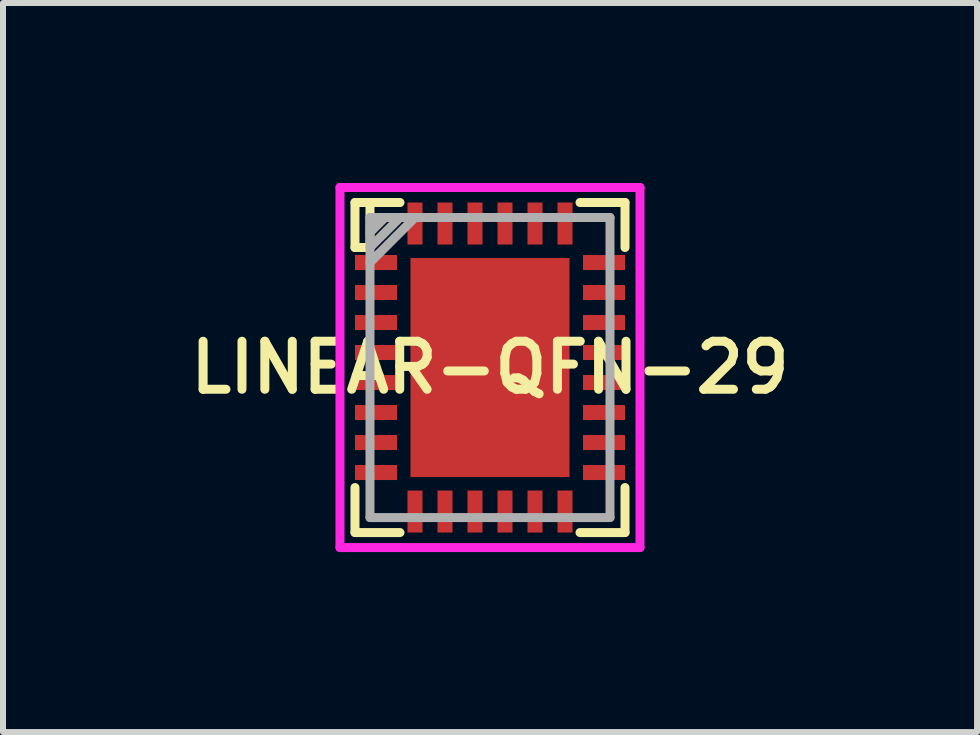
<source format=kicad_pcb>
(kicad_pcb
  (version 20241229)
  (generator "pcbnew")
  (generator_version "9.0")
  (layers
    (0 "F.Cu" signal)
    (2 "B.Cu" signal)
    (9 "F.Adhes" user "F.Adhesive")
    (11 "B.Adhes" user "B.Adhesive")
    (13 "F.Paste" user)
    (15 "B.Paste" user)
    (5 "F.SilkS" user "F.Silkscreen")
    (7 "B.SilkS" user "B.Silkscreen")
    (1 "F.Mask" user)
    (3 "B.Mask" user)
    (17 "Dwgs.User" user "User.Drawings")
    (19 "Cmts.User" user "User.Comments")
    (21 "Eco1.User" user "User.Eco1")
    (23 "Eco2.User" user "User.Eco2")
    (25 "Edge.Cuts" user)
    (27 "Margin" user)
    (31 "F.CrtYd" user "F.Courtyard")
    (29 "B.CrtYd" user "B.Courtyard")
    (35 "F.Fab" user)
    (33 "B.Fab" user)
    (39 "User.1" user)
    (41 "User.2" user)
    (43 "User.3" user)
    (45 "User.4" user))
  (footprint "LINEAR-QFN-29"
    (layer "F.Cu")
    (at 5.116 3.075)
    (property "Reference" "LINEAR-QFN-29" (at 0 0 0) (layer "F.SilkS") (effects (font (size 0.8 0.8) (thickness 0.15))))
    (attr smd)
    (fp_line (start -2.25 -2.75) (end -1.5 -2.75) (stroke (width 0.15) (type solid)) (layer "F.SilkS"))
    (fp_line (start -2.25 -2) (end -2.25 -2.75) (stroke (width 0.15) (type solid)) (layer "F.SilkS"))
    (fp_line (start -2.25 -2) (end -2 -2) (stroke (width 0.15) (type solid)) (layer "F.SilkS"))
    (fp_line (start -2.25 2.75) (end -2.25 2) (stroke (width 0.15) (type solid)) (layer "F.SilkS"))
    (fp_line (start -2 -2) (end -2 -2.75) (stroke (width 0.15) (type solid)) (layer "F.SilkS"))
    (fp_line (start -1.5 2.75) (end -2.25 2.75) (stroke (width 0.15) (type solid)) (layer "F.SilkS"))
    (fp_line (start 1.5 -2.75) (end 2.25 -2.75) (stroke (width 0.15) (type solid)) (layer "F.SilkS"))
    (fp_line (start 2.25 -2.75) (end 2.25 -2) (stroke (width 0.15) (type solid)) (layer "F.SilkS"))
    (fp_line (start 2.25 2) (end 2.25 2.75) (stroke (width 0.15) (type solid)) (layer "F.SilkS"))
    (fp_line (start 2.25 2.75) (end 1.5 2.75) (stroke (width 0.15) (type solid)) (layer "F.SilkS"))
    (fp_line (start -2.5 -3) (end 2.5 -3) (stroke (width 0.15) (type solid)) (layer "F.CrtYd"))
    (fp_line (start -2.5 3) (end -2.5 -3) (stroke (width 0.15) (type solid)) (layer "F.CrtYd"))
    (fp_line (start 2.5 -3) (end 2.5 3) (stroke (width 0.15) (type solid)) (layer "F.CrtYd"))
    (fp_line (start 2.5 3) (end -2.5 3) (stroke (width 0.15) (type solid)) (layer "F.CrtYd"))
    (fp_line (start -2 -2.5) (end 2 -2.5) (stroke (width 0.15) (type solid)) (layer "F.Fab"))
    (fp_line (start -2 -1.75) (end -1.25 -2.5) (stroke (width 0.15) (type solid)) (layer "F.Fab"))
    (fp_line (start -2 2.5) (end -2 -2.5) (stroke (width 0.15) (type solid)) (layer "F.Fab"))
    (fp_line (start -1.75 -2.5) (end -2 -2.25) (stroke (width 0.15) (type solid)) (layer "F.Fab"))
    (fp_line (start -1.5 -2.5) (end -2 -2) (stroke (width 0.15) (type solid)) (layer "F.Fab"))
    (fp_line (start 2 -2.5) (end 2 2.5) (stroke (width 0.15) (type solid)) (layer "F.Fab"))
    (fp_line (start 2 2.5) (end -2 2.5) (stroke (width 0.15) (type solid)) (layer "F.Fab"))
    (pad "1" smd rect (at -1.9 -1.75) (size 0.7 0.25) (layers "F.Cu" "F.Mask" "F.Paste"))
    (pad "2" smd rect (at -1.9 -1.25) (size 0.7 0.25) (layers "F.Cu" "F.Mask" "F.Paste"))
    (pad "3" smd rect (at -1.9 -0.75) (size 0.7 0.25) (layers "F.Cu" "F.Mask" "F.Paste"))
    (pad "4" smd rect (at -1.9 -0.25) (size 0.7 0.25) (layers "F.Cu" "F.Mask" "F.Paste"))
    (pad "5" smd rect (at -1.9 0.25) (size 0.7 0.25) (layers "F.Cu" "F.Mask" "F.Paste"))
    (pad "6" smd rect (at -1.9 0.75) (size 0.7 0.25) (layers "F.Cu" "F.Mask" "F.Paste"))
    (pad "7" smd rect (at -1.9 1.25) (size 0.7 0.25) (layers "F.Cu" "F.Mask" "F.Paste"))
    (pad "8" smd rect (at -1.9 1.75) (size 0.7 0.25) (layers "F.Cu" "F.Mask" "F.Paste"))
    (pad "9" smd rect (at -1.25 2.4) (size 0.25 0.7) (layers "F.Cu" "F.Mask" "F.Paste"))
    (pad "10" smd rect (at -0.75 2.4) (size 0.25 0.7) (layers "F.Cu" "F.Mask" "F.Paste"))
    (pad "11" smd rect (at -0.25 2.4) (size 0.25 0.7) (layers "F.Cu" "F.Mask" "F.Paste"))
    (pad "12" smd rect (at 0.25 2.4) (size 0.25 0.7) (layers "F.Cu" "F.Mask" "F.Paste"))
    (pad "13" smd rect (at 0.75 2.4) (size 0.25 0.7) (layers "F.Cu" "F.Mask" "F.Paste"))
    (pad "14" smd rect (at 1.25 2.4) (size 0.25 0.7) (layers "F.Cu" "F.Mask" "F.Paste"))
    (pad "15" smd rect (at 1.9 1.75) (size 0.7 0.25) (layers "F.Cu" "F.Mask" "F.Paste"))
    (pad "16" smd rect (at 1.9 1.25) (size 0.7 0.25) (layers "F.Cu" "F.Mask" "F.Paste"))
    (pad "17" smd rect (at 1.9 0.75) (size 0.7 0.25) (layers "F.Cu" "F.Mask" "F.Paste"))
    (pad "18" smd rect (at 1.9 0.25) (size 0.7 0.25) (layers "F.Cu" "F.Mask" "F.Paste"))
    (pad "19" smd rect (at 1.9 -0.25) (size 0.7 0.25) (layers "F.Cu" "F.Mask" "F.Paste"))
    (pad "20" smd rect (at 1.9 -0.75) (size 0.7 0.25) (layers "F.Cu" "F.Mask" "F.Paste"))
    (pad "21" smd rect (at 1.9 -1.25) (size 0.7 0.25) (layers "F.Cu" "F.Mask" "F.Paste"))
    (pad "22" smd rect (at 1.9 -1.75) (size 0.7 0.25) (layers "F.Cu" "F.Mask" "F.Paste"))
    (pad "23" smd rect (at 1.25 -2.4) (size 0.25 0.7) (layers "F.Cu" "F.Mask" "F.Paste"))
    (pad "24" smd rect (at 0.75 -2.4) (size 0.25 0.7) (layers "F.Cu" "F.Mask" "F.Paste"))
    (pad "25" smd rect (at 0.25 -2.4) (size 0.25 0.7) (layers "F.Cu" "F.Mask" "F.Paste"))
    (pad "26" smd rect (at -0.25 -2.4) (size 0.25 0.7) (layers "F.Cu" "F.Mask" "F.Paste"))
    (pad "27" smd rect (at -0.75 -2.4) (size 0.25 0.7) (layers "F.Cu" "F.Mask" "F.Paste"))
    (pad "28" smd rect (at -1.25 -2.4) (size 0.25 0.7) (layers "F.Cu" "F.Mask" "F.Paste"))
    (pad "29" smd rect (at 0 0) (size 2.65 3.65) (layers "F.Cu" "F.Mask" "F.Paste")))
  (gr_rect
    (start -3 -3)
    (end 13.233 9.15)
    (stroke (width 0.1) (type default))
    (fill no)
    (layer "Edge.Cuts")))
</source>
